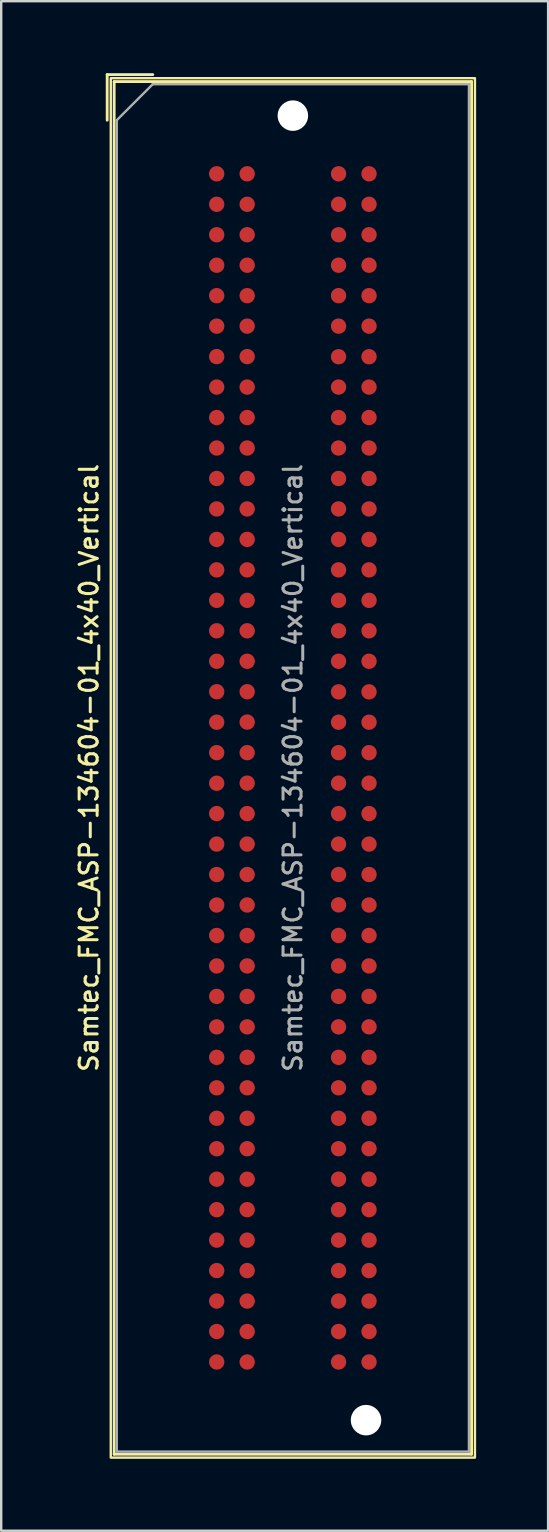
<source format=kicad_pcb>
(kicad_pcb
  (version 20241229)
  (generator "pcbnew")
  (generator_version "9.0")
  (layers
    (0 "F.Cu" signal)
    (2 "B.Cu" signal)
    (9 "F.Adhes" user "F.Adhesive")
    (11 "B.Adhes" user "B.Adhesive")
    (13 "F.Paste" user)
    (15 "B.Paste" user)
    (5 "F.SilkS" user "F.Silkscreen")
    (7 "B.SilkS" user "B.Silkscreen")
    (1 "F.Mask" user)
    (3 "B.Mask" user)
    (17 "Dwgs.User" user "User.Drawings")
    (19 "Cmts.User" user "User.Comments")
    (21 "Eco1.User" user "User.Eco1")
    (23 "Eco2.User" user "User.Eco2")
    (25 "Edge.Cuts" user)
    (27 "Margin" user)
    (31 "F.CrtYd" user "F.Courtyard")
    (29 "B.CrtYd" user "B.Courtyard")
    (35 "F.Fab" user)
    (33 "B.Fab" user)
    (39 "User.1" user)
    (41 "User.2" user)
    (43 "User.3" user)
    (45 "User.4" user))
  (footprint "Samtec_FMC_ASP-134604-01_4x40_Vertical"
    (layer "F.Cu")
    (at 9.158 28.96)
    (property "Reference" "Samtec_FMC_ASP-134604-01_4x40_Vertical" (at -8.5 0 90) (layer "F.SilkS") (effects (font (size 0.75 0.75) (thickness 0.125))))
    (attr smd)
    (fp_line (start -7.74 -28.9) (end -7.74 -27) (stroke (width 0.12) (type solid)) (layer "F.SilkS"))
    (fp_line (start -7.45 -28.61) (end 7.45 -28.61) (stroke (width 0.12) (type solid)) (layer "F.SilkS"))
    (fp_line (start -7.45 28.61) (end -7.45 -28.61) (stroke (width 0.12) (type solid)) (layer "F.SilkS"))
    (fp_line (start -5.84 -28.9) (end -7.74 -28.9) (stroke (width 0.12) (type solid)) (layer "F.SilkS"))
    (fp_line (start 7.45 -28.61) (end 7.45 28.61) (stroke (width 0.12) (type solid)) (layer "F.SilkS"))
    (fp_line (start 7.45 28.61) (end -7.45 28.61) (stroke (width 0.12) (type solid)) (layer "F.SilkS"))
    (fp_rect (start 7.59 -28.75) (end -7.59 28.75) (stroke (width 0.1) (type solid)) (fill no) (layer "F.SilkS"))
    (fp_line (start -7.34 28.5) (end -7.34 -27) (stroke (width 0.1) (type solid)) (layer "F.Fab"))
    (fp_line (start -7.34 28.5) (end 7.34 28.5) (stroke (width 0.1) (type solid)) (layer "F.Fab"))
    (fp_line (start -5.84 -28.5) (end -7.34 -27) (stroke (width 0.1) (type solid)) (layer "F.Fab"))
    (fp_line (start -5.84 -28.5) (end 7.34 -28.5) (stroke (width 0.1) (type solid)) (layer "F.Fab"))
    (fp_line (start 7.34 -28.5) (end 7.34 28.5) (stroke (width 0.1) (type solid)) (layer "F.Fab"))
    (fp_text user "${REFERENCE}" (at 0 0 90) (layer "F.Fab") (effects (font (size 0.75 0.75) (thickness 0.125))))
    (pad "" np_thru_hole circle (at 0 -27.19 90) (size 1.27 1.27) (drill 1.27) (layers "*.Cu" "*.Mask"))
    (pad "" np_thru_hole circle (at 3.05 27.19 90) (size 1.27 1.27) (drill 1.27) (layers "*.Cu" "*.Mask"))
    (pad "C01" smd circle (at -3.175 -24.765 90) (size 0.64 0.64) (layers "F.Cu" "F.Mask" "F.Paste"))
    (pad "C02" smd circle (at -3.175 -23.495 90) (size 0.64 0.64) (layers "F.Cu" "F.Mask" "F.Paste"))
    (pad "C03" smd circle (at -3.175 -22.225 90) (size 0.64 0.64) (layers "F.Cu" "F.Mask" "F.Paste"))
    (pad "C04" smd circle (at -3.175 -20.955 90) (size 0.64 0.64) (layers "F.Cu" "F.Mask" "F.Paste"))
    (pad "C05" smd circle (at -3.175 -19.685 90) (size 0.64 0.64) (layers "F.Cu" "F.Mask" "F.Paste"))
    (pad "C06" smd circle (at -3.175 -18.415 90) (size 0.64 0.64) (layers "F.Cu" "F.Mask" "F.Paste"))
    (pad "C07" smd circle (at -3.175 -17.145 90) (size 0.64 0.64) (layers "F.Cu" "F.Mask" "F.Paste"))
    (pad "C08" smd circle (at -3.175 -15.875 90) (size 0.64 0.64) (layers "F.Cu" "F.Mask" "F.Paste"))
    (pad "C09" smd circle (at -3.175 -14.605 90) (size 0.64 0.64) (layers "F.Cu" "F.Mask" "F.Paste"))
    (pad "C10" smd circle (at -3.175 -13.335 90) (size 0.64 0.64) (layers "F.Cu" "F.Mask" "F.Paste"))
    (pad "C11" smd circle (at -3.175 -12.065 90) (size 0.64 0.64) (layers "F.Cu" "F.Mask" "F.Paste"))
    (pad "C12" smd circle (at -3.175 -10.795 90) (size 0.64 0.64) (layers "F.Cu" "F.Mask" "F.Paste"))
    (pad "C13" smd circle (at -3.175 -9.525 90) (size 0.64 0.64) (layers "F.Cu" "F.Mask" "F.Paste"))
    (pad "C14" smd circle (at -3.175 -8.255 90) (size 0.64 0.64) (layers "F.Cu" "F.Mask" "F.Paste"))
    (pad "C15" smd circle (at -3.175 -6.985 90) (size 0.64 0.64) (layers "F.Cu" "F.Mask" "F.Paste"))
    (pad "C16" smd circle (at -3.175 -5.715 90) (size 0.64 0.64) (layers "F.Cu" "F.Mask" "F.Paste"))
    (pad "C17" smd circle (at -3.175 -4.445 90) (size 0.64 0.64) (layers "F.Cu" "F.Mask" "F.Paste"))
    (pad "C18" smd circle (at -3.175 -3.175 90) (size 0.64 0.64) (layers "F.Cu" "F.Mask" "F.Paste"))
    (pad "C19" smd circle (at -3.175 -1.905 90) (size 0.64 0.64) (layers "F.Cu" "F.Mask" "F.Paste"))
    (pad "C20" smd circle (at -3.175 -0.635 90) (size 0.64 0.64) (layers "F.Cu" "F.Mask" "F.Paste"))
    (pad "C21" smd circle (at -3.175 0.64 90) (size 0.64 0.64) (layers "F.Cu" "F.Mask" "F.Paste"))
    (pad "C22" smd circle (at -3.175 1.905 90) (size 0.64 0.64) (layers "F.Cu" "F.Mask" "F.Paste"))
    (pad "C23" smd circle (at -3.175 3.175 90) (size 0.64 0.64) (layers "F.Cu" "F.Mask" "F.Paste"))
    (pad "C24" smd circle (at -3.175 4.445 90) (size 0.64 0.64) (layers "F.Cu" "F.Mask" "F.Paste"))
    (pad "C25" smd circle (at -3.175 5.715 90) (size 0.64 0.64) (layers "F.Cu" "F.Mask" "F.Paste"))
    (pad "C26" smd circle (at -3.175 6.985 90) (size 0.64 0.64) (layers "F.Cu" "F.Mask" "F.Paste"))
    (pad "C27" smd circle (at -3.175 8.255 90) (size 0.64 0.64) (layers "F.Cu" "F.Mask" "F.Paste"))
    (pad "C28" smd circle (at -3.175 9.525 90) (size 0.64 0.64) (layers "F.Cu" "F.Mask" "F.Paste"))
    (pad "C29" smd circle (at -3.175 10.795 90) (size 0.64 0.64) (layers "F.Cu" "F.Mask" "F.Paste"))
    (pad "C30" smd circle (at -3.175 12.065 90) (size 0.64 0.64) (layers "F.Cu" "F.Mask" "F.Paste"))
    (pad "C31" smd circle (at -3.175 13.335 90) (size 0.64 0.64) (layers "F.Cu" "F.Mask" "F.Paste"))
    (pad "C32" smd circle (at -3.175 14.605 90) (size 0.64 0.64) (layers "F.Cu" "F.Mask" "F.Paste"))
    (pad "C33" smd circle (at -3.175 15.875 90) (size 0.64 0.64) (layers "F.Cu" "F.Mask" "F.Paste"))
    (pad "C34" smd circle (at -3.175 17.145 90) (size 0.64 0.64) (layers "F.Cu" "F.Mask" "F.Paste"))
    (pad "C35" smd circle (at -3.175 18.415 90) (size 0.64 0.64) (layers "F.Cu" "F.Mask" "F.Paste"))
    (pad "C36" smd circle (at -3.175 19.685 90) (size 0.64 0.64) (layers "F.Cu" "F.Mask" "F.Paste"))
    (pad "C37" smd circle (at -3.175 20.955 90) (size 0.64 0.64) (layers "F.Cu" "F.Mask" "F.Paste"))
    (pad "C38" smd circle (at -3.175 22.225 90) (size 0.64 0.64) (layers "F.Cu" "F.Mask" "F.Paste"))
    (pad "C39" smd circle (at -3.175 23.495 90) (size 0.64 0.64) (layers "F.Cu" "F.Mask" "F.Paste"))
    (pad "C40" smd circle (at -3.175 24.765 90) (size 0.64 0.64) (layers "F.Cu" "F.Mask" "F.Paste"))
    (pad "D01" smd circle (at -1.905 -24.765 90) (size 0.64 0.64) (layers "F.Cu" "F.Mask" "F.Paste"))
    (pad "D02" smd circle (at -1.905 -23.495 90) (size 0.64 0.64) (layers "F.Cu" "F.Mask" "F.Paste"))
    (pad "D03" smd circle (at -1.905 -22.225 90) (size 0.64 0.64) (layers "F.Cu" "F.Mask" "F.Paste"))
    (pad "D04" smd circle (at -1.905 -20.955 90) (size 0.64 0.64) (layers "F.Cu" "F.Mask" "F.Paste"))
    (pad "D05" smd circle (at -1.905 -19.685 90) (size 0.64 0.64) (layers "F.Cu" "F.Mask" "F.Paste"))
    (pad "D06" smd circle (at -1.905 -18.415 90) (size 0.64 0.64) (layers "F.Cu" "F.Mask" "F.Paste"))
    (pad "D07" smd circle (at -1.905 -17.145 90) (size 0.64 0.64) (layers "F.Cu" "F.Mask" "F.Paste"))
    (pad "D08" smd circle (at -1.905 -15.875 90) (size 0.64 0.64) (layers "F.Cu" "F.Mask" "F.Paste"))
    (pad "D09" smd circle (at -1.905 -14.605 90) (size 0.64 0.64) (layers "F.Cu" "F.Mask" "F.Paste"))
    (pad "D10" smd circle (at -1.905 -13.335 90) (size 0.64 0.64) (layers "F.Cu" "F.Mask" "F.Paste"))
    (pad "D11" smd circle (at -1.905 -12.065 90) (size 0.64 0.64) (layers "F.Cu" "F.Mask" "F.Paste"))
    (pad "D12" smd circle (at -1.905 -10.795 90) (size 0.64 0.64) (layers "F.Cu" "F.Mask" "F.Paste"))
    (pad "D13" smd circle (at -1.905 -9.525 90) (size 0.64 0.64) (layers "F.Cu" "F.Mask" "F.Paste"))
    (pad "D14" smd circle (at -1.905 -8.255 90) (size 0.64 0.64) (layers "F.Cu" "F.Mask" "F.Paste"))
    (pad "D15" smd circle (at -1.905 -6.985 90) (size 0.64 0.64) (layers "F.Cu" "F.Mask" "F.Paste"))
    (pad "D16" smd circle (at -1.905 -5.715 90) (size 0.64 0.64) (layers "F.Cu" "F.Mask" "F.Paste"))
    (pad "D17" smd circle (at -1.905 -4.445 90) (size 0.64 0.64) (layers "F.Cu" "F.Mask" "F.Paste"))
    (pad "D18" smd circle (at -1.905 -3.175 90) (size 0.64 0.64) (layers "F.Cu" "F.Mask" "F.Paste"))
    (pad "D19" smd circle (at -1.905 -1.91 90) (size 0.64 0.64) (layers "F.Cu" "F.Mask" "F.Paste"))
    (pad "D20" smd circle (at -1.905 -0.635 90) (size 0.64 0.64) (layers "F.Cu" "F.Mask" "F.Paste"))
    (pad "D21" smd circle (at -1.905 0.635 90) (size 0.64 0.64) (layers "F.Cu" "F.Mask" "F.Paste"))
    (pad "D22" smd circle (at -1.905 1.905 90) (size 0.64 0.64) (layers "F.Cu" "F.Mask" "F.Paste"))
    (pad "D23" smd circle (at -1.905 3.175 90) (size 0.64 0.64) (layers "F.Cu" "F.Mask" "F.Paste"))
    (pad "D24" smd circle (at -1.905 4.445 90) (size 0.64 0.64) (layers "F.Cu" "F.Mask" "F.Paste"))
    (pad "D25" smd circle (at -1.905 5.715 90) (size 0.64 0.64) (layers "F.Cu" "F.Mask" "F.Paste"))
    (pad "D26" smd circle (at -1.905 6.985 90) (size 0.64 0.64) (layers "F.Cu" "F.Mask" "F.Paste"))
    (pad "D27" smd circle (at -1.905 8.255 90) (size 0.64 0.64) (layers "F.Cu" "F.Mask" "F.Paste"))
    (pad "D28" smd circle (at -1.905 9.525 90) (size 0.64 0.64) (layers "F.Cu" "F.Mask" "F.Paste"))
    (pad "D29" smd circle (at -1.905 10.795 90) (size 0.64 0.64) (layers "F.Cu" "F.Mask" "F.Paste"))
    (pad "D30" smd circle (at -1.905 12.065 90) (size 0.64 0.64) (layers "F.Cu" "F.Mask" "F.Paste"))
    (pad "D31" smd circle (at -1.905 13.335 90) (size 0.64 0.64) (layers "F.Cu" "F.Mask" "F.Paste"))
    (pad "D32" smd circle (at -1.905 14.605 90) (size 0.64 0.64) (layers "F.Cu" "F.Mask" "F.Paste"))
    (pad "D33" smd circle (at -1.905 15.875 90) (size 0.64 0.64) (layers "F.Cu" "F.Mask" "F.Paste"))
    (pad "D34" smd circle (at -1.905 17.145 90) (size 0.64 0.64) (layers "F.Cu" "F.Mask" "F.Paste"))
    (pad "D35" smd circle (at -1.905 18.415 90) (size 0.64 0.64) (layers "F.Cu" "F.Mask" "F.Paste"))
    (pad "D36" smd circle (at -1.905 19.685 90) (size 0.64 0.64) (layers "F.Cu" "F.Mask" "F.Paste"))
    (pad "D37" smd circle (at -1.905 20.955 90) (size 0.64 0.64) (layers "F.Cu" "F.Mask" "F.Paste"))
    (pad "D38" smd circle (at -1.905 22.225 90) (size 0.64 0.64) (layers "F.Cu" "F.Mask" "F.Paste"))
    (pad "D39" smd circle (at -1.905 23.495 90) (size 0.64 0.64) (layers "F.Cu" "F.Mask" "F.Paste"))
    (pad "D40" smd circle (at -1.905 24.765 90) (size 0.64 0.64) (layers "F.Cu" "F.Mask" "F.Paste"))
    (pad "G01" smd circle (at 1.905 -24.765 90) (size 0.64 0.64) (layers "F.Cu" "F.Mask" "F.Paste"))
    (pad "G02" smd circle (at 1.905 -23.495 90) (size 0.64 0.64) (layers "F.Cu" "F.Mask" "F.Paste"))
    (pad "G03" smd circle (at 1.905 -22.225 90) (size 0.64 0.64) (layers "F.Cu" "F.Mask" "F.Paste"))
    (pad "G04" smd circle (at 1.905 -20.955 90) (size 0.64 0.64) (layers "F.Cu" "F.Mask" "F.Paste"))
    (pad "G05" smd circle (at 1.905 -19.685 90) (size 0.64 0.64) (layers "F.Cu" "F.Mask" "F.Paste"))
    (pad "G06" smd circle (at 1.905 -18.415 90) (size 0.64 0.64) (layers "F.Cu" "F.Mask" "F.Paste"))
    (pad "G07" smd circle (at 1.905 -17.14 90) (size 0.64 0.64) (layers "F.Cu" "F.Mask" "F.Paste"))
    (pad "G08" smd circle (at 1.905 -15.875 90) (size 0.64 0.64) (layers "F.Cu" "F.Mask" "F.Paste"))
    (pad "G09" smd circle (at 1.905 -14.605 90) (size 0.64 0.64) (layers "F.Cu" "F.Mask" "F.Paste"))
    (pad "G10" smd circle (at 1.905 -13.335 90) (size 0.64 0.64) (layers "F.Cu" "F.Mask" "F.Paste"))
    (pad "G11" smd circle (at 1.905 -12.065 90) (size 0.64 0.64) (layers "F.Cu" "F.Mask" "F.Paste"))
    (pad "G12" smd circle (at 1.905 -10.795 90) (size 0.64 0.64) (layers "F.Cu" "F.Mask" "F.Paste"))
    (pad "G13" smd circle (at 1.905 -9.525 90) (size 0.64 0.64) (layers "F.Cu" "F.Mask" "F.Paste"))
    (pad "G14" smd circle (at 1.905 -8.255 90) (size 0.64 0.64) (layers "F.Cu" "F.Mask" "F.Paste"))
    (pad "G15" smd circle (at 1.905 -6.985 90) (size 0.64 0.64) (layers "F.Cu" "F.Mask" "F.Paste"))
    (pad "G16" smd circle (at 1.905 -5.715 90) (size 0.64 0.64) (layers "F.Cu" "F.Mask" "F.Paste"))
    (pad "G17" smd circle (at 1.905 -4.445 90) (size 0.64 0.64) (layers "F.Cu" "F.Mask" "F.Paste"))
    (pad "G18" smd circle (at 1.905 -3.17 90) (size 0.64 0.64) (layers "F.Cu" "F.Mask" "F.Paste"))
    (pad "G19" smd circle (at 1.905 -1.905 90) (size 0.64 0.64) (layers "F.Cu" "F.Mask" "F.Paste"))
    (pad "G20" smd circle (at 1.905 -0.635 90) (size 0.64 0.64) (layers "F.Cu" "F.Mask" "F.Paste"))
    (pad "G21" smd circle (at 1.905 0.635 90) (size 0.64 0.64) (layers "F.Cu" "F.Mask" "F.Paste"))
    (pad "G22" smd circle (at 1.905 1.905 90) (size 0.64 0.64) (layers "F.Cu" "F.Mask" "F.Paste"))
    (pad "G23" smd circle (at 1.905 3.175 90) (size 0.64 0.64) (layers "F.Cu" "F.Mask" "F.Paste"))
    (pad "G24" smd circle (at 1.905 4.445 90) (size 0.64 0.64) (layers "F.Cu" "F.Mask" "F.Paste"))
    (pad "G25" smd circle (at 1.905 5.71 90) (size 0.64 0.64) (layers "F.Cu" "F.Mask" "F.Paste"))
    (pad "G26" smd circle (at 1.905 6.985 90) (size 0.64 0.64) (layers "F.Cu" "F.Mask" "F.Paste"))
    (pad "G27" smd circle (at 1.905 8.255 90) (size 0.64 0.64) (layers "F.Cu" "F.Mask" "F.Paste"))
    (pad "G28" smd circle (at 1.905 9.525 90) (size 0.64 0.64) (layers "F.Cu" "F.Mask" "F.Paste"))
    (pad "G29" smd circle (at 1.905 10.795 90) (size 0.64 0.64) (layers "F.Cu" "F.Mask" "F.Paste"))
    (pad "G30" smd circle (at 1.905 12.065 90) (size 0.64 0.64) (layers "F.Cu" "F.Mask" "F.Paste"))
    (pad "G31" smd circle (at 1.905 13.335 90) (size 0.64 0.64) (layers "F.Cu" "F.Mask" "F.Paste"))
    (pad "G32" smd circle (at 1.905 14.605 90) (size 0.64 0.64) (layers "F.Cu" "F.Mask" "F.Paste"))
    (pad "G33" smd circle (at 1.905 15.875 90) (size 0.64 0.64) (layers "F.Cu" "F.Mask" "F.Paste"))
    (pad "G34" smd circle (at 1.905 17.145 90) (size 0.64 0.64) (layers "F.Cu" "F.Mask" "F.Paste"))
    (pad "G35" smd circle (at 1.905 18.415 90) (size 0.64 0.64) (layers "F.Cu" "F.Mask" "F.Paste"))
    (pad "G36" smd circle (at 1.905 19.685 90) (size 0.64 0.64) (layers "F.Cu" "F.Mask" "F.Paste"))
    (pad "G37" smd circle (at 1.905 20.955 90) (size 0.64 0.64) (layers "F.Cu" "F.Mask" "F.Paste"))
    (pad "G38" smd circle (at 1.905 22.225 90) (size 0.64 0.64) (layers "F.Cu" "F.Mask" "F.Paste"))
    (pad "G39" smd circle (at 1.905 23.495 90) (size 0.64 0.64) (layers "F.Cu" "F.Mask" "F.Paste"))
    (pad "G40" smd circle (at 1.905 24.765 90) (size 0.64 0.64) (layers "F.Cu" "F.Mask" "F.Paste"))
    (pad "H01" smd circle (at 3.175 -24.765 90) (size 0.64 0.64) (layers "F.Cu" "F.Mask" "F.Paste"))
    (pad "H02" smd circle (at 3.175 -23.495 90) (size 0.64 0.64) (layers "F.Cu" "F.Mask" "F.Paste"))
    (pad "H03" smd circle (at 3.175 -22.225 90) (size 0.64 0.64) (layers "F.Cu" "F.Mask" "F.Paste"))
    (pad "H04" smd circle (at 3.175 -20.955 90) (size 0.64 0.64) (layers "F.Cu" "F.Mask" "F.Paste"))
    (pad "H05" smd circle (at 3.175 -19.685 90) (size 0.64 0.64) (layers "F.Cu" "F.Mask" "F.Paste"))
    (pad "H06" smd circle (at 3.175 -18.415 90) (size 0.64 0.64) (layers "F.Cu" "F.Mask" "F.Paste"))
    (pad "H07" smd circle (at 3.175 -17.14 90) (size 0.64 0.64) (layers "F.Cu" "F.Mask" "F.Paste"))
    (pad "H08" smd circle (at 3.175 -15.875 90) (size 0.64 0.64) (layers "F.Cu" "F.Mask" "F.Paste"))
    (pad "H09" smd circle (at 3.175 -14.605 90) (size 0.64 0.64) (layers "F.Cu" "F.Mask" "F.Paste"))
    (pad "H10" smd circle (at 3.175 -13.335 90) (size 0.64 0.64) (layers "F.Cu" "F.Mask" "F.Paste"))
    (pad "H11" smd circle (at 3.175 -12.065 90) (size 0.64 0.64) (layers "F.Cu" "F.Mask" "F.Paste"))
    (pad "H12" smd circle (at 3.175 -10.795 90) (size 0.64 0.64) (layers "F.Cu" "F.Mask" "F.Paste"))
    (pad "H13" smd circle (at 3.175 -9.525 90) (size 0.64 0.64) (layers "F.Cu" "F.Mask" "F.Paste"))
    (pad "H14" smd circle (at 3.175 -8.255 90) (size 0.64 0.64) (layers "F.Cu" "F.Mask" "F.Paste"))
    (pad "H15" smd circle (at 3.175 -6.985 90) (size 0.64 0.64) (layers "F.Cu" "F.Mask" "F.Paste"))
    (pad "H16" smd circle (at 3.175 -5.715 90) (size 0.64 0.64) (layers "F.Cu" "F.Mask" "F.Paste"))
    (pad "H17" smd circle (at 3.175 -4.445 90) (size 0.64 0.64) (layers "F.Cu" "F.Mask" "F.Paste"))
    (pad "H18" smd circle (at 3.175 -3.17 90) (size 0.64 0.64) (layers "F.Cu" "F.Mask" "F.Paste"))
    (pad "H19" smd circle (at 3.175 -1.905 90) (size 0.64 0.64) (layers "F.Cu" "F.Mask" "F.Paste"))
    (pad "H20" smd circle (at 3.175 -0.635 90) (size 0.64 0.64) (layers "F.Cu" "F.Mask" "F.Paste"))
    (pad "H21" smd circle (at 3.175 0.635 90) (size 0.64 0.64) (layers "F.Cu" "F.Mask" "F.Paste"))
    (pad "H22" smd circle (at 3.175 1.905 90) (size 0.64 0.64) (layers "F.Cu" "F.Mask" "F.Paste"))
    (pad "H23" smd circle (at 3.175 3.175 90) (size 0.64 0.64) (layers "F.Cu" "F.Mask" "F.Paste"))
    (pad "H24" smd circle (at 3.175 4.445 90) (size 0.64 0.64) (layers "F.Cu" "F.Mask" "F.Paste"))
    (pad "H25" smd circle (at 3.175 5.715 90) (size 0.64 0.64) (layers "F.Cu" "F.Mask" "F.Paste"))
    (pad "H26" smd circle (at 3.175 6.985 90) (size 0.64 0.64) (layers "F.Cu" "F.Mask" "F.Paste"))
    (pad "H27" smd circle (at 3.175 8.255 90) (size 0.64 0.64) (layers "F.Cu" "F.Mask" "F.Paste"))
    (pad "H28" smd circle (at 3.175 9.525 90) (size 0.64 0.64) (layers "F.Cu" "F.Mask" "F.Paste"))
    (pad "H29" smd circle (at 3.175 10.795 90) (size 0.64 0.64) (layers "F.Cu" "F.Mask" "F.Paste"))
    (pad "H30" smd circle (at 3.175 12.065 90) (size 0.64 0.64) (layers "F.Cu" "F.Mask" "F.Paste"))
    (pad "H31" smd circle (at 3.175 13.335 90) (size 0.64 0.64) (layers "F.Cu" "F.Mask" "F.Paste"))
    (pad "H32" smd circle (at 3.175 14.605 90) (size 0.64 0.64) (layers "F.Cu" "F.Mask" "F.Paste"))
    (pad "H33" smd circle (at 3.175 15.875 90) (size 0.64 0.64) (layers "F.Cu" "F.Mask" "F.Paste"))
    (pad "H34" smd circle (at 3.175 17.145 90) (size 0.64 0.64) (layers "F.Cu" "F.Mask" "F.Paste"))
    (pad "H35" smd circle (at 3.175 18.415 90) (size 0.64 0.64) (layers "F.Cu" "F.Mask" "F.Paste"))
    (pad "H36" smd circle (at 3.175 19.685 90) (size 0.64 0.64) (layers "F.Cu" "F.Mask" "F.Paste"))
    (pad "H37" smd circle (at 3.175 20.955 90) (size 0.64 0.64) (layers "F.Cu" "F.Mask" "F.Paste"))
    (pad "H38" smd circle (at 3.175 22.225 90) (size 0.64 0.64) (layers "F.Cu" "F.Mask" "F.Paste"))
    (pad "H39" smd circle (at 3.175 23.495 90) (size 0.64 0.64) (layers "F.Cu" "F.Mask" "F.Paste"))
    (pad "H40" smd circle (at 3.175 24.765 90) (size 0.64 0.64) (layers "F.Cu" "F.Mask" "F.Paste")))
  (gr_rect
    (start -3 -3)
    (end 19.798 60.76)
    (stroke (width 0.1) (type default))
    (fill no)
    (layer "Edge.Cuts")))
</source>
